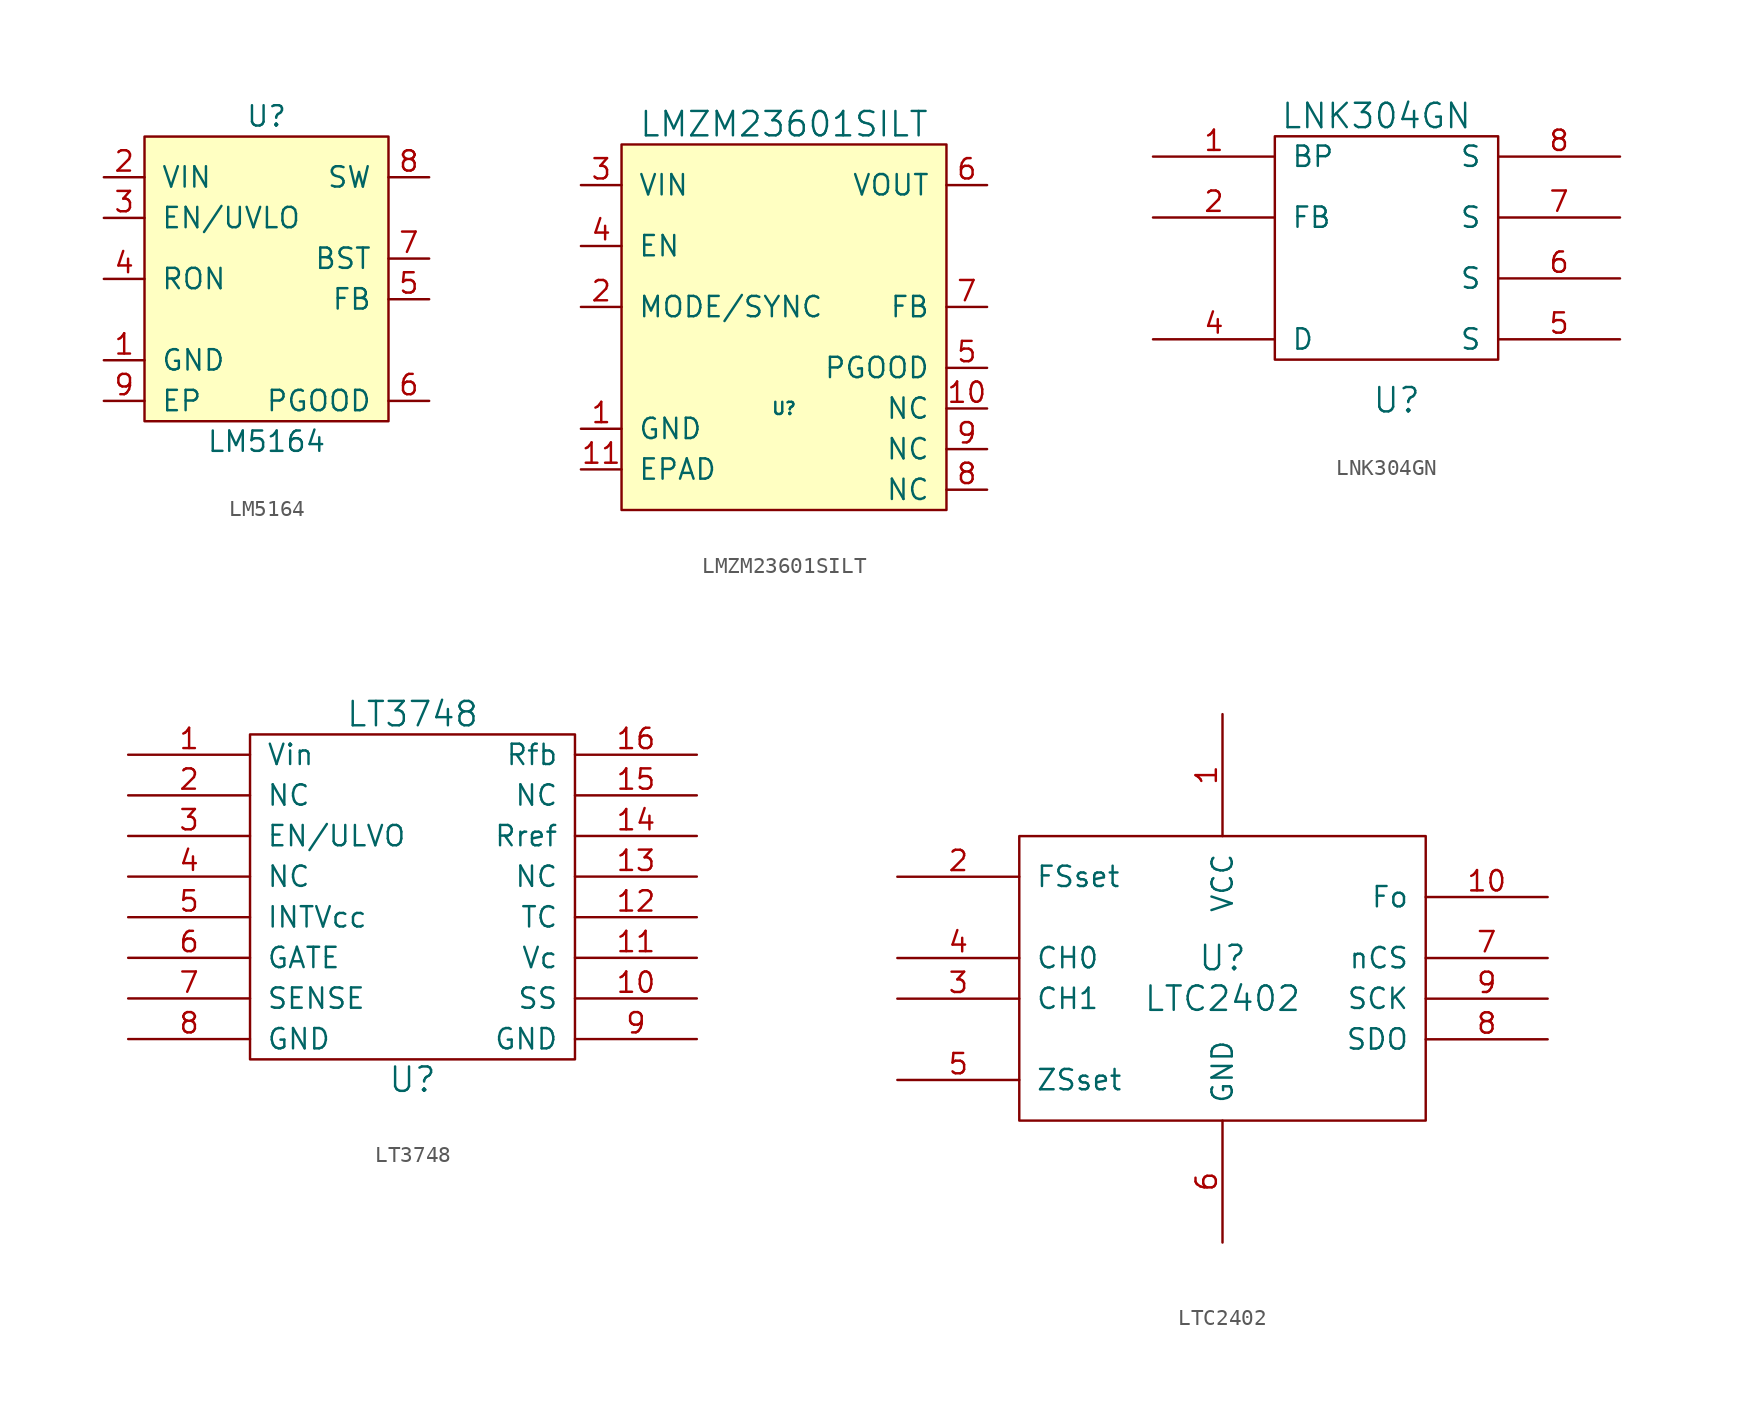
<source format=kicad_sym>
(kicad_symbol_lib
  (version 20211014)
  (generator kicad_symbol_editor)
  (symbol "LM5164"
    (pin_names
      (offset 1.016))
    (property "Reference" "U"
      (at 0 10.16 0)
      (effects (font (size 1.27 1.27))))
    (property "Value" "LM5164"
      (at 0 -10.16 0)
      (effects (font (size 1.27 1.27))))
    (symbol "LM5164_0_1"
      (rectangle (start -7.62 8.89) (end 7.62 -8.89) (stroke (width 0) (type default) (color 0 0 0 0)) (fill (type background))))
    (symbol "LM5164_1_1"
      (pin input line (at -10.16 -5.08 0) (length 2.54) (name "GND" (effects (font (size 1.27 1.27)))) (number "1" (effects (font (size 1.27 1.27)))))
      (pin input line (at -10.16 6.35 0) (length 2.54) (name "VIN" (effects (font (size 1.27 1.27)))) (number "2" (effects (font (size 1.27 1.27)))))
      (pin input line (at -10.16 3.81 0) (length 2.54) (name "EN/UVLO" (effects (font (size 1.27 1.27)))) (number "3" (effects (font (size 1.27 1.27)))))
      (pin input line (at -10.16 0 0) (length 2.54) (name "RON" (effects (font (size 1.27 1.27)))) (number "4" (effects (font (size 1.27 1.27)))))
      (pin input line (at 10.16 -1.27 180) (length 2.54) (name "FB" (effects (font (size 1.27 1.27)))) (number "5" (effects (font (size 1.27 1.27)))))
      (pin input line (at 10.16 -7.62 180) (length 2.54) (name "PGOOD" (effects (font (size 1.27 1.27)))) (number "6" (effects (font (size 1.27 1.27)))))
      (pin input line (at 10.16 1.27 180) (length 2.54) (name "BST" (effects (font (size 1.27 1.27)))) (number "7" (effects (font (size 1.27 1.27)))))
      (pin input line (at 10.16 6.35 180) (length 2.54) (name "SW" (effects (font (size 1.27 1.27)))) (number "8" (effects (font (size 1.27 1.27)))))
      (pin input line (at -10.16 -7.62 0) (length 2.54) (name "EP" (effects (font (size 1.27 1.27)))) (number "9" (effects (font (size 1.27 1.27)))))))
  (symbol "LMZM23601SILT"
    (pin_names
      (offset 1.016))
    (property "Reference" "U"
      (at 0 -5.08 0)
      (effects (font (size 0.762 0.762))))
    (property "Value" "LMZM23601SILT"
      (at 0 12.7 0)
      (effects (font (size 1.524 1.524))))
    (symbol "LMZM23601SILT_0_1"
      (rectangle (start -10.16 11.43) (end 10.16 -11.43) (stroke (width 0) (type default) (color 0 0 0 0)) (fill (type background))))
    (symbol "LMZM23601SILT_1_1"
      (pin input line (at -12.7 -6.35 0) (length 2.54) (name "GND" (effects (font (size 1.27 1.27)))) (number "1" (effects (font (size 1.27 1.27)))))
      (pin input line (at 12.7 -5.08 180) (length 2.54) (name "NC" (effects (font (size 1.27 1.27)))) (number "10" (effects (font (size 1.27 1.27)))))
      (pin input line (at -12.7 -8.89 0) (length 2.54) (name "EPAD" (effects (font (size 1.27 1.27)))) (number "11" (effects (font (size 1.27 1.27)))))
      (pin input line (at -12.7 1.27 0) (length 2.54) (name "MODE/SYNC" (effects (font (size 1.27 1.27)))) (number "2" (effects (font (size 1.27 1.27)))))
      (pin input line (at -12.7 8.89 0) (length 2.54) (name "VIN" (effects (font (size 1.27 1.27)))) (number "3" (effects (font (size 1.27 1.27)))))
      (pin input line (at -12.7 5.08 0) (length 2.54) (name "EN" (effects (font (size 1.27 1.27)))) (number "4" (effects (font (size 1.27 1.27)))))
      (pin input line (at 12.7 -2.54 180) (length 2.54) (name "PGOOD" (effects (font (size 1.27 1.27)))) (number "5" (effects (font (size 1.27 1.27)))))
      (pin input line (at 12.7 8.89 180) (length 2.54) (name "VOUT" (effects (font (size 1.27 1.27)))) (number "6" (effects (font (size 1.27 1.27)))))
      (pin input line (at 12.7 1.27 180) (length 2.54) (name "FB" (effects (font (size 1.27 1.27)))) (number "7" (effects (font (size 1.27 1.27)))))
      (pin input line (at 12.7 -10.16 180) (length 2.54) (name "NC" (effects (font (size 1.27 1.27)))) (number "8" (effects (font (size 1.27 1.27)))))
      (pin input line (at 12.7 -7.62 180) (length 2.54) (name "NC" (effects (font (size 1.27 1.27)))) (number "9" (effects (font (size 1.27 1.27)))))))
  (symbol "LNK304GN"
    (pin_names
      (offset 1.016))
    (property "Reference" "U"
      (at 0 -8.89 0)
      (effects (font (size 1.524 1.524))))
    (property "Value" "LNK304GN"
      (at -1.27 8.89 0)
      (effects (font (size 1.524 1.524))))
    (property "Datasheet" ""
      (at 0 0 0)
      (effects (font (size 1.524 1.524))))
    (symbol "LNK304GN_0_1"
      (rectangle (start -7.62 7.62) (end 6.35 -6.35) (stroke (width 0) (type default) (color 0 0 0 0)) (fill (type none))))
    (symbol "LNK304GN_1_1"
      (pin input line (at -15.24 6.35 0) (length 7.62) (name "BP" (effects (font (size 1.27 1.27)))) (number "1" (effects (font (size 1.27 1.27)))))
      (pin input line (at -15.24 2.54 0) (length 7.62) (name "FB" (effects (font (size 1.27 1.27)))) (number "2" (effects (font (size 1.27 1.27)))))
      (pin input line (at -15.24 -5.08 0) (length 7.62) (name "D" (effects (font (size 1.27 1.27)))) (number "4" (effects (font (size 1.27 1.27)))))
      (pin input line (at 13.97 -5.08 180) (length 7.62) (name "S" (effects (font (size 1.27 1.27)))) (number "5" (effects (font (size 1.27 1.27)))))
      (pin input line (at 13.97 -1.27 180) (length 7.62) (name "S" (effects (font (size 1.27 1.27)))) (number "6" (effects (font (size 1.27 1.27)))))
      (pin input line (at 13.97 2.54 180) (length 7.62) (name "S" (effects (font (size 1.27 1.27)))) (number "7" (effects (font (size 1.27 1.27)))))
      (pin input line (at 13.97 6.35 180) (length 7.62) (name "S" (effects (font (size 1.27 1.27)))) (number "8" (effects (font (size 1.27 1.27)))))))
  (symbol "LT3748"
    (pin_names
      (offset 1.016))
    (property "Reference" "U"
      (at 0 -13.97 0)
      (effects (font (size 1.524 1.524))))
    (property "Value" "LT3748"
      (at 0 8.89 0)
      (effects (font (size 1.524 1.524))))
    (property "Footprint" ""
      (at 0 0 0)
      (effects (font (size 1.524 1.524))))
    (property "Datasheet" ""
      (at 0 0 0)
      (effects (font (size 1.524 1.524))))
    (symbol "LT3748_0_1"
      (rectangle (start 10.16 7.62) (end -10.16 -12.7) (stroke (width 0) (type default) (color 0 0 0 0)) (fill (type none))))
    (symbol "LT3748_1_1"
      (pin input line (at -17.78 6.35 0) (length 7.62) (name "Vin" (effects (font (size 1.27 1.27)))) (number "1" (effects (font (size 1.27 1.27)))))
      (pin input line (at 17.78 -8.89 180) (length 7.62) (name "SS" (effects (font (size 1.27 1.27)))) (number "10" (effects (font (size 1.27 1.27)))))
      (pin input line (at 17.78 -6.35 180) (length 7.62) (name "Vc" (effects (font (size 1.27 1.27)))) (number "11" (effects (font (size 1.27 1.27)))))
      (pin input line (at 17.78 -3.81 180) (length 7.62) (name "TC" (effects (font (size 1.27 1.27)))) (number "12" (effects (font (size 1.27 1.27)))))
      (pin input line (at 17.78 -1.27 180) (length 7.62) (name "NC" (effects (font (size 1.27 1.27)))) (number "13" (effects (font (size 1.27 1.27)))))
      (pin input line (at 17.78 1.27 180) (length 7.62) (name "Rref" (effects (font (size 1.27 1.27)))) (number "14" (effects (font (size 1.27 1.27)))))
      (pin input line (at 17.78 3.81 180) (length 7.62) (name "NC" (effects (font (size 1.27 1.27)))) (number "15" (effects (font (size 1.27 1.27)))))
      (pin input line (at 17.78 6.35 180) (length 7.62) (name "Rfb" (effects (font (size 1.27 1.27)))) (number "16" (effects (font (size 1.27 1.27)))))
      (pin input line (at -17.78 3.81 0) (length 7.62) (name "NC" (effects (font (size 1.27 1.27)))) (number "2" (effects (font (size 1.27 1.27)))))
      (pin input line (at -17.78 1.27 0) (length 7.62) (name "EN/ULVO" (effects (font (size 1.27 1.27)))) (number "3" (effects (font (size 1.27 1.27)))))
      (pin input line (at -17.78 -1.27 0) (length 7.62) (name "NC" (effects (font (size 1.27 1.27)))) (number "4" (effects (font (size 1.27 1.27)))))
      (pin input line (at -17.78 -3.81 0) (length 7.62) (name "INTVcc" (effects (font (size 1.27 1.27)))) (number "5" (effects (font (size 1.27 1.27)))))
      (pin input line (at -17.78 -6.35 0) (length 7.62) (name "GATE" (effects (font (size 1.27 1.27)))) (number "6" (effects (font (size 1.27 1.27)))))
      (pin input line (at -17.78 -8.89 0) (length 7.62) (name "SENSE" (effects (font (size 1.27 1.27)))) (number "7" (effects (font (size 1.27 1.27)))))
      (pin input line (at -17.78 -11.43 0) (length 7.62) (name "GND" (effects (font (size 1.27 1.27)))) (number "8" (effects (font (size 1.27 1.27)))))
      (pin input line (at 17.78 -11.43 180) (length 7.62) (name "GND" (effects (font (size 1.27 1.27)))) (number "9" (effects (font (size 1.27 1.27)))))))
  (symbol "LTC2402"
    (pin_names
      (offset 1.016))
    (property "Reference" "U"
      (at 0 2.54 0)
      (effects (font (size 1.524 1.524))))
    (property "Value" "LTC2402"
      (at 0 0 0)
      (effects (font (size 1.524 1.524))))
    (property "Footprint" ""
      (at 0 0 0)
      (effects (font (size 1.524 1.524))))
    (property "Datasheet" ""
      (at 0 0 0)
      (effects (font (size 1.524 1.524))))
    (symbol "LTC2402_0_1"
      (rectangle (start -12.7 10.16) (end 12.7 -7.62) (stroke (width 0) (type default) (color 0 0 0 0)) (fill (type none))))
    (symbol "LTC2402_1_1"
      (pin power_in line (at 0 17.78 270) (length 7.62) (name "VCC" (effects (font (size 1.27 1.27)))) (number "1" (effects (font (size 1.27 1.27)))))
      (pin input line (at 20.32 6.35 180) (length 7.62) (name "Fo" (effects (font (size 1.27 1.27)))) (number "10" (effects (font (size 1.27 1.27)))))
      (pin input line (at -20.32 7.62 0) (length 7.62) (name "FSset" (effects (font (size 1.27 1.27)))) (number "2" (effects (font (size 1.27 1.27)))))
      (pin input line (at -20.32 0 0) (length 7.62) (name "CH1" (effects (font (size 1.27 1.27)))) (number "3" (effects (font (size 1.27 1.27)))))
      (pin input line (at -20.32 2.54 0) (length 7.62) (name "CH0" (effects (font (size 1.27 1.27)))) (number "4" (effects (font (size 1.27 1.27)))))
      (pin input line (at -20.32 -5.08 0) (length 7.62) (name "ZSset" (effects (font (size 1.27 1.27)))) (number "5" (effects (font (size 1.27 1.27)))))
      (pin power_in line (at 0 -15.24 90) (length 7.62) (name "GND" (effects (font (size 1.27 1.27)))) (number "6" (effects (font (size 1.27 1.27)))))
      (pin input line (at 20.32 2.54 180) (length 7.62) (name "nCS" (effects (font (size 1.27 1.27)))) (number "7" (effects (font (size 1.27 1.27)))))
      (pin output line (at 20.32 -2.54 180) (length 7.62) (name "SDO" (effects (font (size 1.27 1.27)))) (number "8" (effects (font (size 1.27 1.27)))))
      (pin bidirectional line (at 20.32 0 180) (length 7.62) (name "SCK" (effects (font (size 1.27 1.27)))) (number "9" (effects (font (size 1.27 1.27))))))))
</source>
